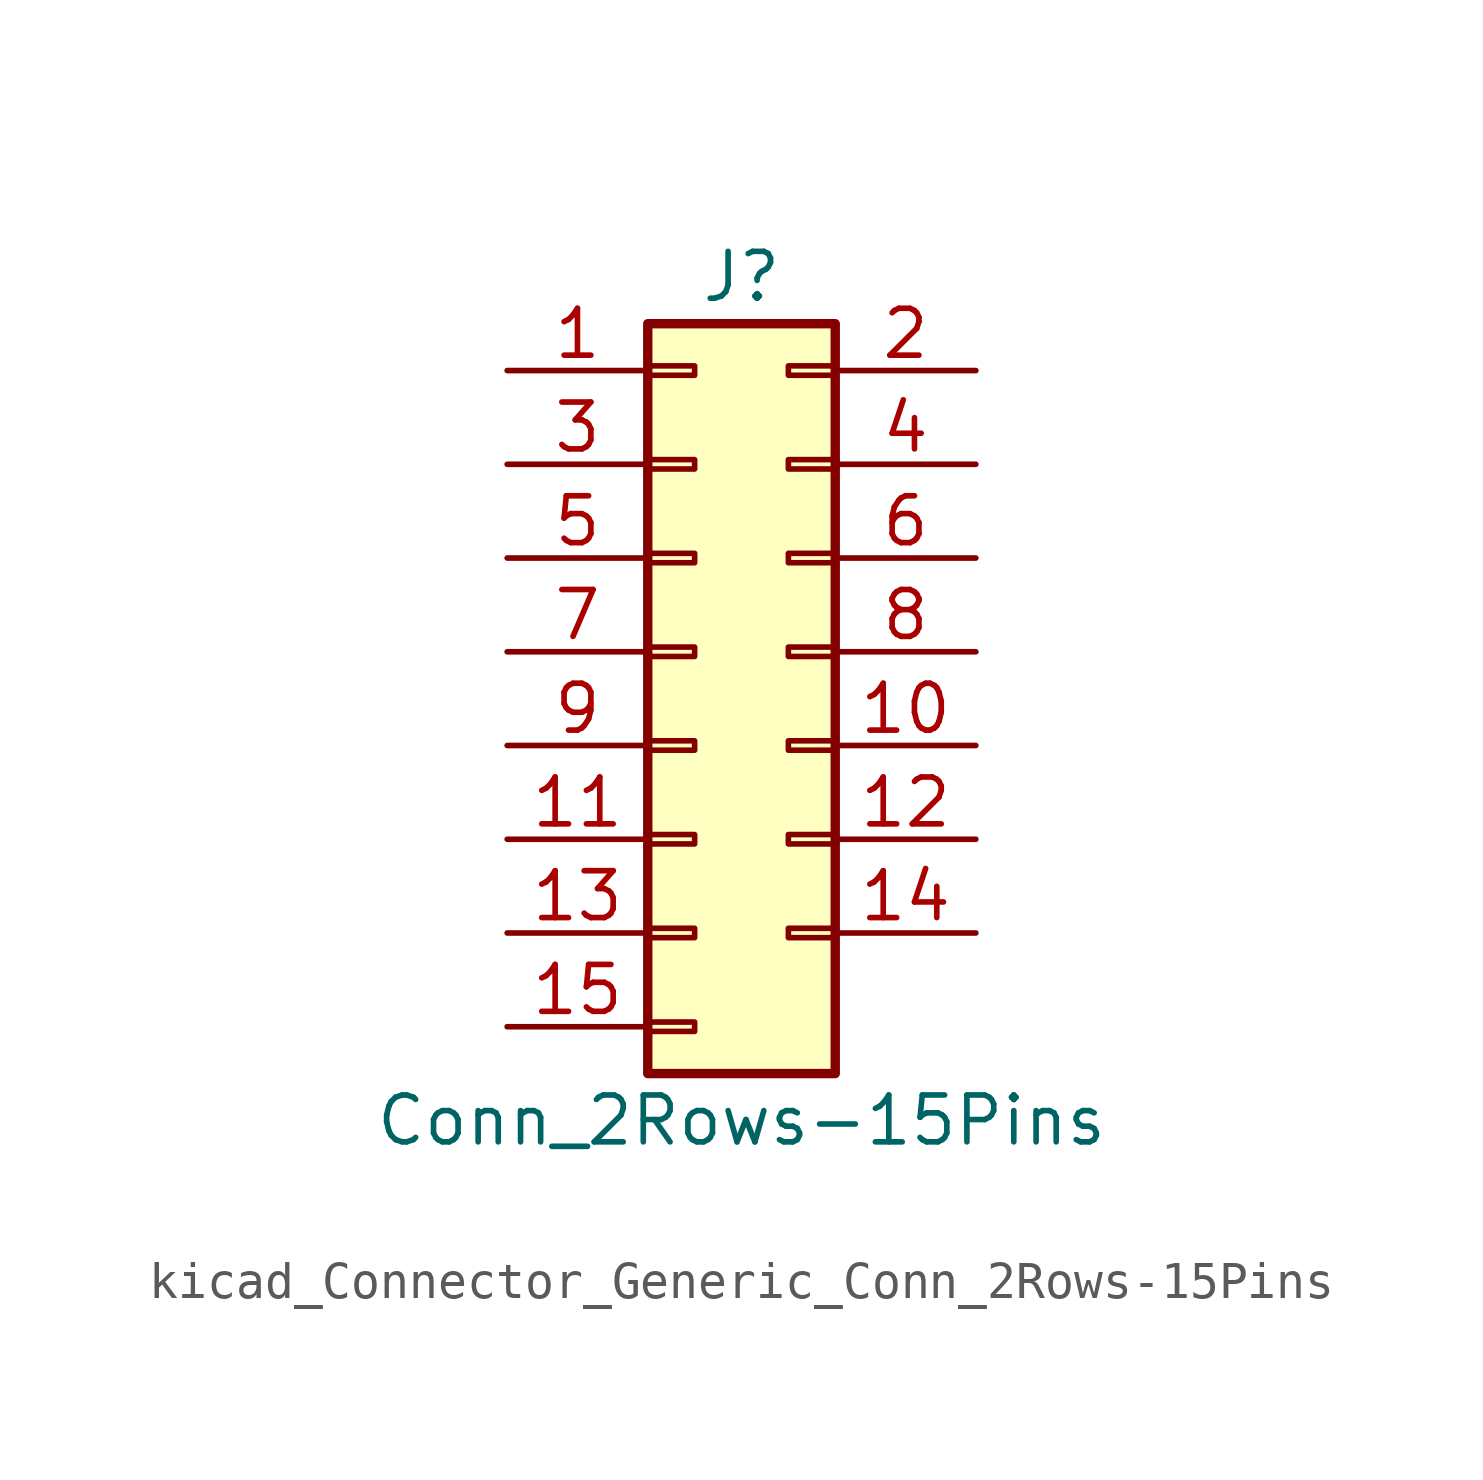
<source format=kicad_sym>
(kicad_symbol_lib
  (version 20220914)
  (generator kicad_symbol_editor)
  (symbol "kicad_Connector_Generic_Conn_2Rows-15Pins"
    (pin_names
      (offset 1.016) hide)
    (property "Reference" "J"
      (at 1.27 10.16 0)
      (effects (font (size 1.27 1.27))))
    (property "Value" "Conn_2Rows-15Pins"
      (at 1.27 -12.7 0)
      (effects (font (size 1.27 1.27))))
    (symbol "kicad_Connector_Generic_Conn_2Rows-15Pins_1_1"
      (rectangle (start -1.27 -10.033) (end 0 -10.287) (stroke (width 0.152) (type default)) (fill (type none)))
      (rectangle (start -1.27 -7.493) (end 0 -7.747) (stroke (width 0.152) (type default)) (fill (type none)))
      (rectangle (start -1.27 -4.953) (end 0 -5.207) (stroke (width 0.152) (type default)) (fill (type none)))
      (rectangle (start -1.27 -2.413) (end 0 -2.667) (stroke (width 0.152) (type default)) (fill (type none)))
      (rectangle (start -1.27 0.127) (end 0 -0.127) (stroke (width 0.152) (type default)) (fill (type none)))
      (rectangle (start -1.27 2.667) (end 0 2.413) (stroke (width 0.152) (type default)) (fill (type none)))
      (rectangle (start -1.27 5.207) (end 0 4.953) (stroke (width 0.152) (type default)) (fill (type none)))
      (rectangle (start -1.27 7.747) (end 0 7.493) (stroke (width 0.152) (type default)) (fill (type none)))
      (rectangle (start -1.27 8.89) (end 3.81 -11.43) (stroke (width 0.254) (type default)) (fill (type background)))
      (rectangle (start 3.81 -7.493) (end 2.54 -7.747) (stroke (width 0.152) (type default)) (fill (type none)))
      (rectangle (start 3.81 -4.953) (end 2.54 -5.207) (stroke (width 0.152) (type default)) (fill (type none)))
      (rectangle (start 3.81 -2.413) (end 2.54 -2.667) (stroke (width 0.152) (type default)) (fill (type none)))
      (rectangle (start 3.81 0.127) (end 2.54 -0.127) (stroke (width 0.152) (type default)) (fill (type none)))
      (rectangle (start 3.81 2.667) (end 2.54 2.413) (stroke (width 0.152) (type default)) (fill (type none)))
      (rectangle (start 3.81 5.207) (end 2.54 4.953) (stroke (width 0.152) (type default)) (fill (type none)))
      (rectangle (start 3.81 7.747) (end 2.54 7.493) (stroke (width 0.152) (type default)) (fill (type none)))
      (pin passive line (at -5.08 7.62 0) (length 3.81) (name "Pin_1" (effects (font (size 1.27 1.27)))) (number "1" (effects (font (size 1.27 1.27)))))
      (pin passive line (at 7.62 -2.54 180) (length 3.81) (name "Pin_10" (effects (font (size 1.27 1.27)))) (number "10" (effects (font (size 1.27 1.27)))))
      (pin passive line (at -5.08 -5.08 0) (length 3.81) (name "Pin_11" (effects (font (size 1.27 1.27)))) (number "11" (effects (font (size 1.27 1.27)))))
      (pin passive line (at 7.62 -5.08 180) (length 3.81) (name "Pin_12" (effects (font (size 1.27 1.27)))) (number "12" (effects (font (size 1.27 1.27)))))
      (pin passive line (at -5.08 -7.62 0) (length 3.81) (name "Pin_13" (effects (font (size 1.27 1.27)))) (number "13" (effects (font (size 1.27 1.27)))))
      (pin passive line (at 7.62 -7.62 180) (length 3.81) (name "Pin_14" (effects (font (size 1.27 1.27)))) (number "14" (effects (font (size 1.27 1.27)))))
      (pin passive line (at -5.08 -10.16 0) (length 3.81) (name "Pin_15" (effects (font (size 1.27 1.27)))) (number "15" (effects (font (size 1.27 1.27)))))
      (pin passive line (at 7.62 7.62 180) (length 3.81) (name "Pin_2" (effects (font (size 1.27 1.27)))) (number "2" (effects (font (size 1.27 1.27)))))
      (pin passive line (at -5.08 5.08 0) (length 3.81) (name "Pin_3" (effects (font (size 1.27 1.27)))) (number "3" (effects (font (size 1.27 1.27)))))
      (pin passive line (at 7.62 5.08 180) (length 3.81) (name "Pin_4" (effects (font (size 1.27 1.27)))) (number "4" (effects (font (size 1.27 1.27)))))
      (pin passive line (at -5.08 2.54 0) (length 3.81) (name "Pin_5" (effects (font (size 1.27 1.27)))) (number "5" (effects (font (size 1.27 1.27)))))
      (pin passive line (at 7.62 2.54 180) (length 3.81) (name "Pin_6" (effects (font (size 1.27 1.27)))) (number "6" (effects (font (size 1.27 1.27)))))
      (pin passive line (at -5.08 0 0) (length 3.81) (name "Pin_7" (effects (font (size 1.27 1.27)))) (number "7" (effects (font (size 1.27 1.27)))))
      (pin passive line (at 7.62 0 180) (length 3.81) (name "Pin_8" (effects (font (size 1.27 1.27)))) (number "8" (effects (font (size 1.27 1.27)))))
      (pin passive line (at -5.08 -2.54 0) (length 3.81) (name "Pin_9" (effects (font (size 1.27 1.27)))) (number "9" (effects (font (size 1.27 1.27))))))))
</source>
